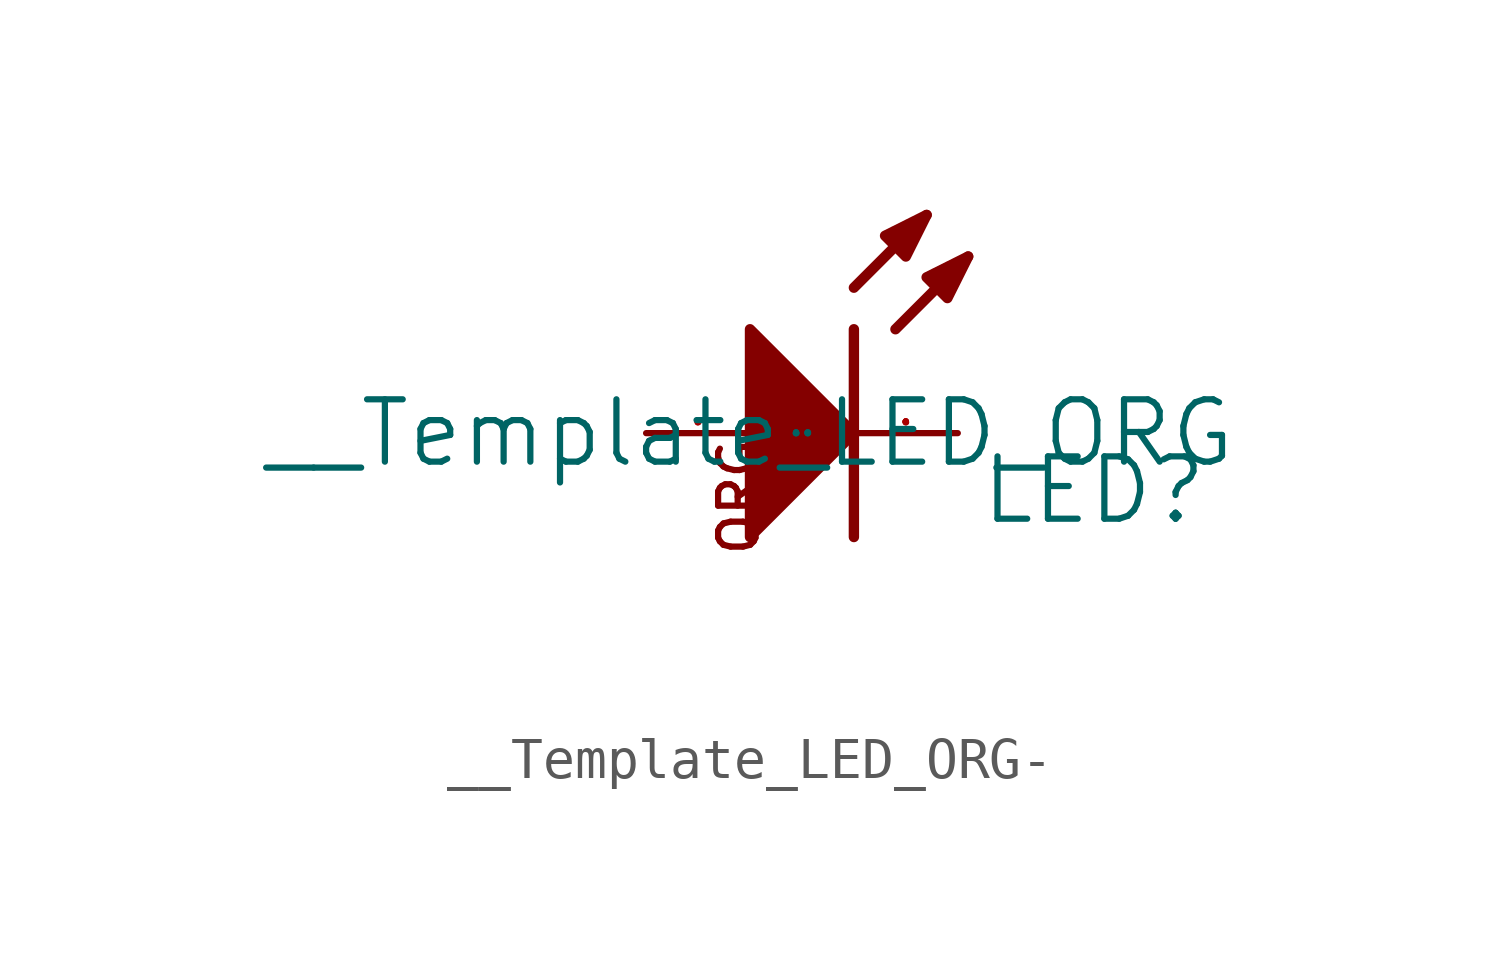
<source format=kicad_sym>
(kicad_symbol_lib
  (version 20220914)
  (generator kicad_symbol_editor)
  (symbol "__Template_LED_ORG-"
    (pin_names
      (offset 1.016))
    (property "Reference" "LED"
      (at 5.588 -2.286 0)
      (effects (font (size 1.524 1.524)) (justify left bottom)))
    (property "Value" "__Template_LED_ORG"
      (at 0 0 0)
      (effects (font (size 1.524 1.524))))
    (property "Footprint" ""
      (at 0 0 0)
      (effects (font (size 1.524 1.524))))
    (property "Datasheet" ""
      (at 0 0 0)
      (effects (font (size 1.524 1.524))))
    (symbol "__Template_LED_ORG-_0_1"
      (polyline (pts (xy 2.54 2.54) (xy 2.54 -2.54)) (stroke (width 0.254) (type solid)) (fill (type none)))
      (polyline (pts (xy 2.54 3.556) (xy 4.318 5.334)) (stroke (width 0.254) (type solid)) (fill (type none)))
      (polyline (pts (xy 3.556 2.54) (xy 5.334 4.318)) (stroke (width 0.254) (type solid)) (fill (type none)))
      (polyline (pts (xy 0 -2.54) (xy 2.54 0) (xy 0 2.54) (xy 0 -2.54)) (stroke (width 0.254) (type solid)) (fill (type outline)))
      (polyline (pts (xy 4.318 5.334) (xy 3.302 4.826) (xy 3.81 4.318) (xy 4.318 5.334)) (stroke (width 0.254) (type solid)) (fill (type outline)))
      (polyline (pts (xy 5.334 4.318) (xy 4.318 3.81) (xy 4.826 3.302) (xy 5.334 4.318)) (stroke (width 0.254) (type solid)) (fill (type outline)))
      (pin passive line (at 5.08 0 180) (length 2.54) (name "K" (effects (font (size 0.025 0.025)))) (number "1" (effects (font (size 0.025 0.025)))))
      (pin passive line (at -2.54 0 0) (length 2.54) (name "A" (effects (font (size 0.025 0.025)))) (number "2" (effects (font (size 0.025 0.025))))))
    (symbol "__Template_LED_ORG-_1_1"
      (text "ORG" (at 0.254 -3.048 2700) (effects (font (size 0.914 0.914)) (justify left bottom))))))
</source>
